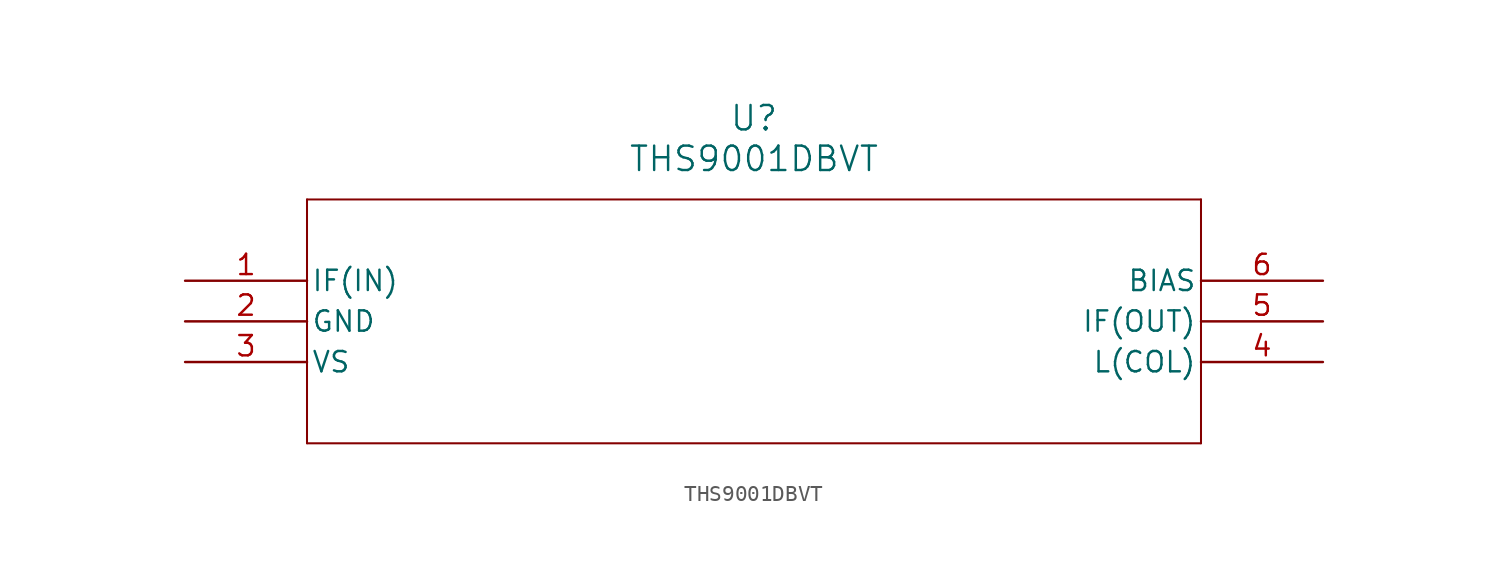
<source format=kicad_sym>
(kicad_symbol_lib
  (version 20211014)
  (generator kicad_symbol_editor)
  (symbol "THS9001DBVT"
    (pin_names
      (offset 0.254))
    (property "Reference" "U"
      (at 35.56 10.16 0)
      (effects (font (size 1.524 1.524))))
    (property "Value" "THS9001DBVT"
      (at 35.56 7.62 0)
      (effects (font (size 1.524 1.524))))
    (symbol "THS9001DBVT_0_1"
      (polyline (pts (xy 7.62 5.08) (xy 7.62 -10.16)) (stroke (width 0.127) (type default) (color 0 0 0 0)) (fill (type none)))
      (polyline (pts (xy 7.62 -10.16) (xy 63.5 -10.16)) (stroke (width 0.127) (type default) (color 0 0 0 0)) (fill (type none)))
      (polyline (pts (xy 63.5 -10.16) (xy 63.5 5.08)) (stroke (width 0.127) (type default) (color 0 0 0 0)) (fill (type none)))
      (polyline (pts (xy 63.5 5.08) (xy 7.62 5.08)) (stroke (width 0.127) (type default) (color 0 0 0 0)) (fill (type none)))
      (pin input line (at 0 0 0) (length 7.62) (name "IF(IN)" (effects (font (size 1.27 1.27)))) (number "1" (effects (font (size 1.27 1.27)))))
      (pin power_in line (at 0 -2.54 0) (length 7.62) (name "GND" (effects (font (size 1.27 1.27)))) (number "2" (effects (font (size 1.27 1.27)))))
      (pin power_in line (at 0 -5.08 0) (length 7.62) (name "VS" (effects (font (size 1.27 1.27)))) (number "3" (effects (font (size 1.27 1.27)))))
      (pin output line (at 71.12 -5.08 180) (length 7.62) (name "L(COL)" (effects (font (size 1.27 1.27)))) (number "4" (effects (font (size 1.27 1.27)))))
      (pin output line (at 71.12 -2.54 180) (length 7.62) (name "IF(OUT)" (effects (font (size 1.27 1.27)))) (number "5" (effects (font (size 1.27 1.27)))))
      (pin input line (at 71.12 0 180) (length 7.62) (name "BIAS" (effects (font (size 1.27 1.27)))) (number "6" (effects (font (size 1.27 1.27))))))))
</source>
